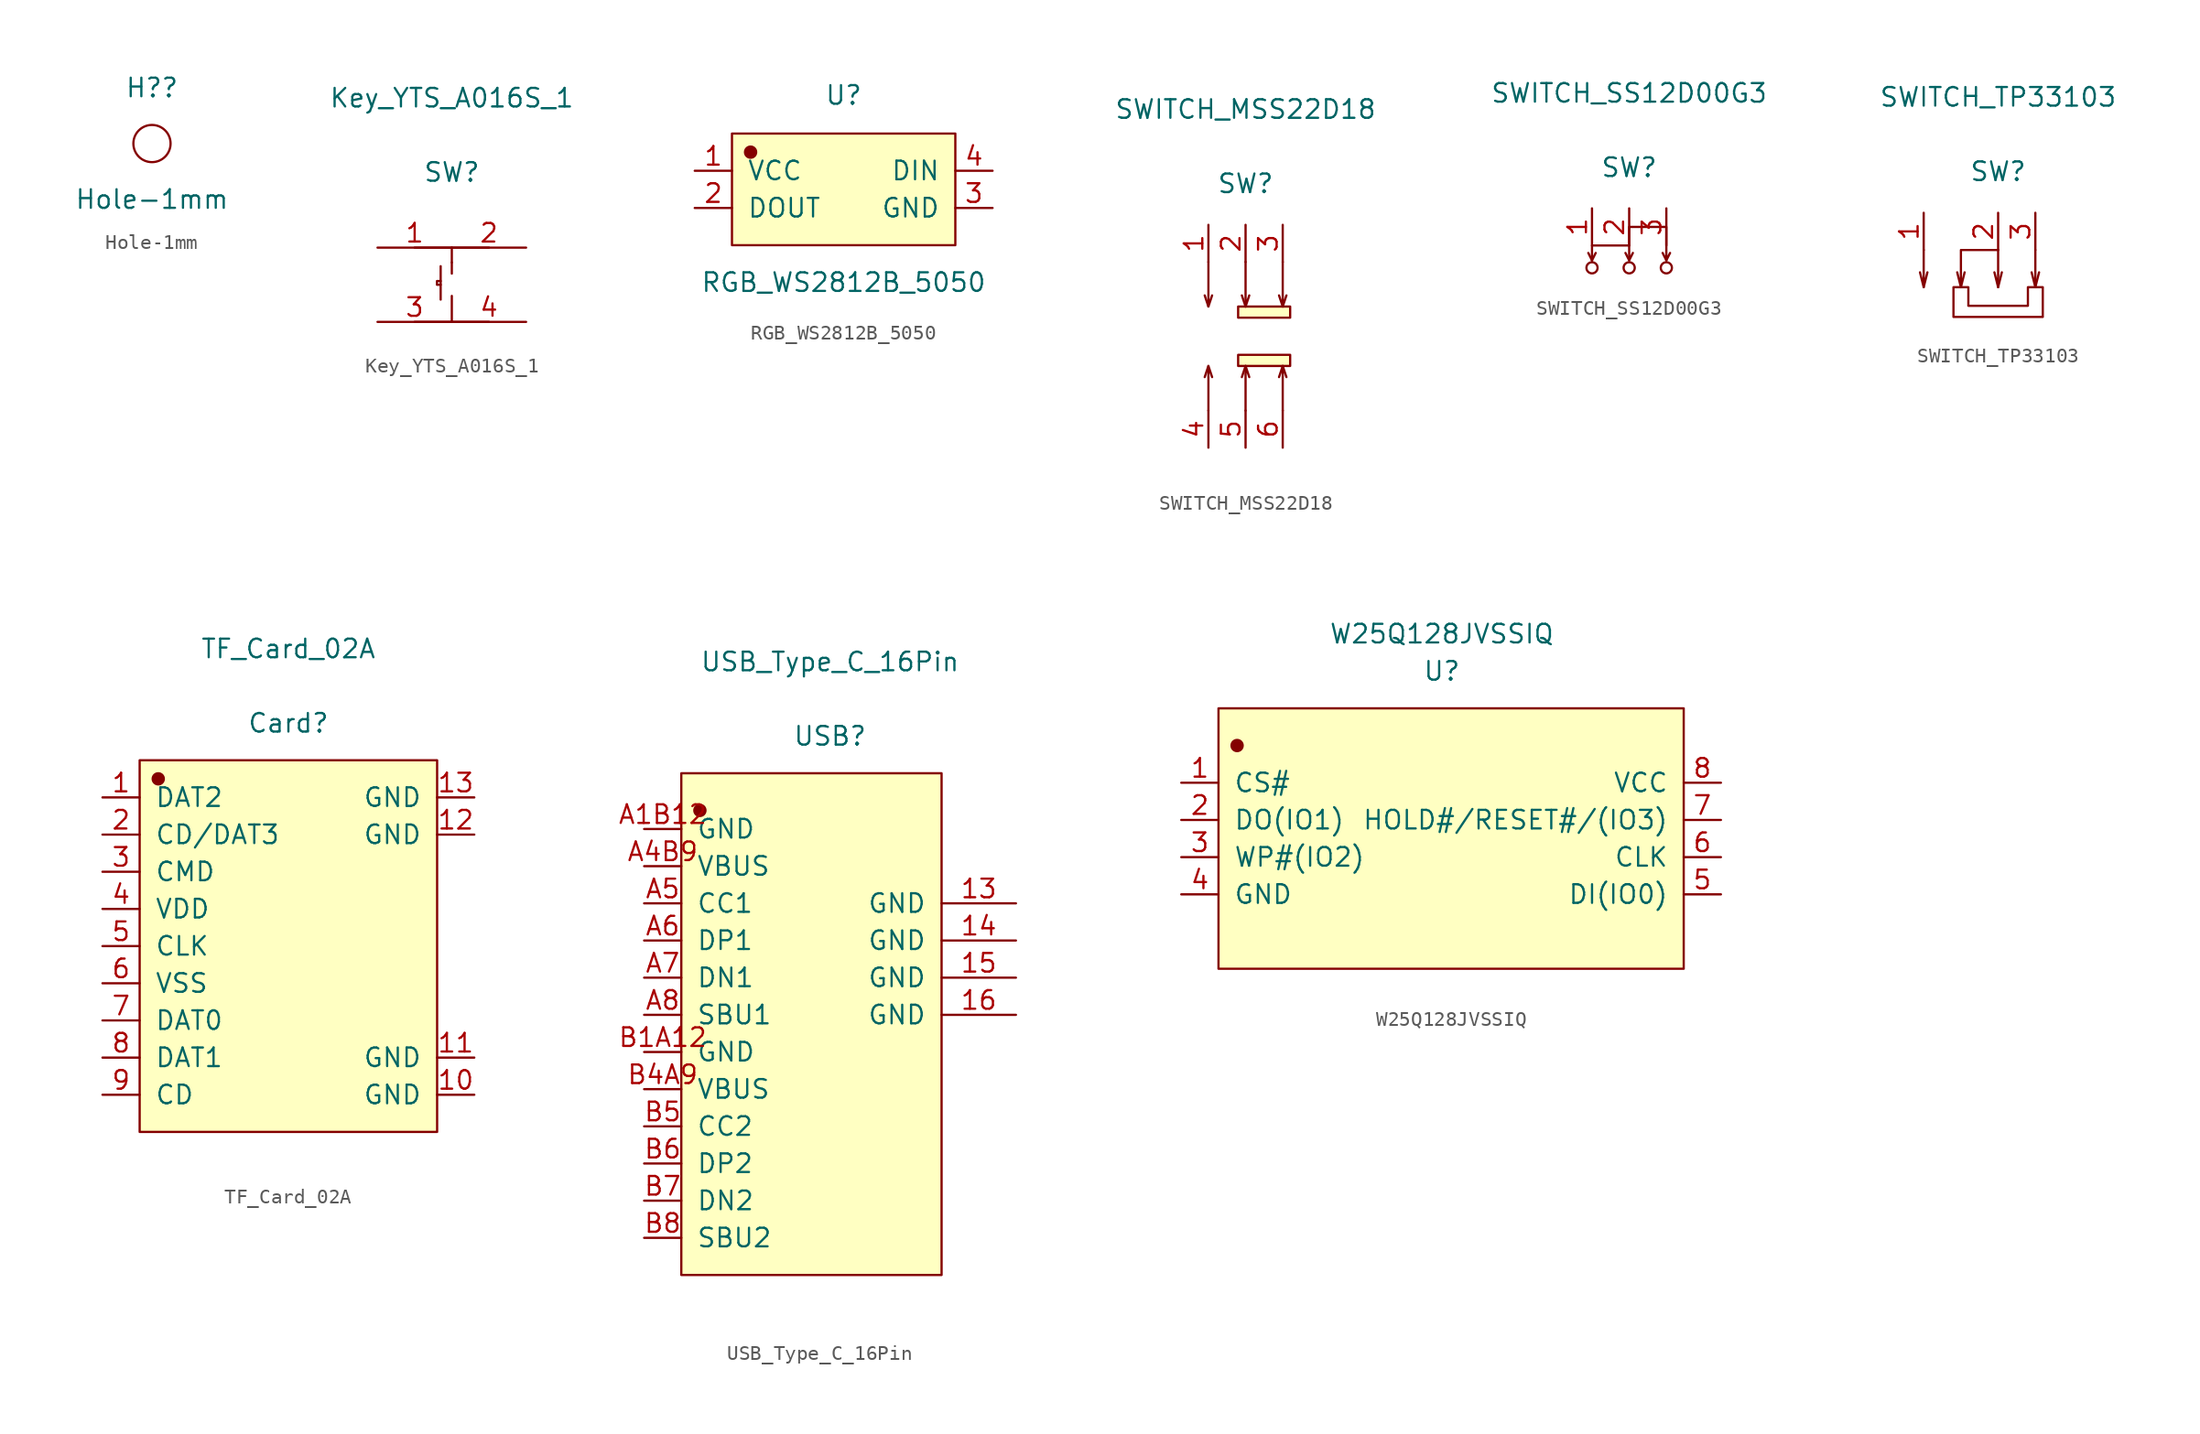
<source format=kicad_sym>
(kicad_symbol_lib
  (version 20231120)
  (generator "kicad_symbol_editor")
  (generator_version "8.0")
  (symbol "Hole-1mm"
    (property "Reference" "H?"
      (at 0 6.35 0)
      (effects (font (size 1.27 1.27))))
    (property "Value" "Hole-1mm"
      (at 0 -1.27 0)
      (effects (font (size 1.27 1.27))))
    (symbol "Hole-1mm_0_1"
      (circle (center 0 2.54) (radius 1.27) (stroke (width 0) (type default)) (fill (type none)))))
  (symbol "Key_YTS_A016S_1"
    (pin_names
      (offset 1.016) hide)
    (property "Reference" "SW"
      (at 0 7.696 0)
      (effects (font (size 1.27 1.27))))
    (property "Value" "Key_YTS_A016S_1"
      (at 0 12.776 0)
      (effects (font (size 1.27 1.27))))
    (symbol "Key_YTS_A016S_1_1_1"
      (polyline (pts (xy -2.54 -2.54) (xy 2.54 -2.54)) (stroke (width 0.152) (type default)) (fill (type none)))
      (polyline (pts (xy -2.54 2.54) (xy 2.54 2.54)) (stroke (width 0.152) (type default)) (fill (type none)))
      (polyline (pts (xy -0.762 1.27) (xy -0.762 -1.016)) (stroke (width 0.152) (type default)) (fill (type none)))
      (polyline (pts (xy 0 -2.54) (xy 0 -0.762)) (stroke (width 0.152) (type default)) (fill (type none)))
      (polyline (pts (xy 0 1.524) (xy 0 0.762)) (stroke (width 0.152) (type default)) (fill (type none)))
      (polyline (pts (xy 0 2.54) (xy 0 1.524)) (stroke (width 0.152) (type default)) (fill (type none)))
      (polyline (pts (xy -0.762 0.254) (xy -1.016 0.254) (xy -1.016 0) (xy -0.762 0)) (stroke (width 0.152) (type default)) (fill (type none)))
      (pin input line (at -5.08 2.54 0) (length 5.08) (name "1" (effects (font (size 1.27 1.27)))) (number "1" (effects (font (size 1.27 1.27)))))
      (pin input line (at 5.08 2.54 180) (length 5.08) (name "2" (effects (font (size 1.27 1.27)))) (number "2" (effects (font (size 1.27 1.27)))))
      (pin input line (at -5.08 -2.54 0) (length 5.08) (name "3" (effects (font (size 1.27 1.27)))) (number "3" (effects (font (size 1.27 1.27)))))
      (pin input line (at 5.08 -2.54 180) (length 5.08) (name "4" (effects (font (size 1.27 1.27)))) (number "4" (effects (font (size 1.27 1.27)))))))
  (symbol "RGB_WS2812B_5050"
    (pin_names
      (offset 1.016))
    (property "Reference" "U"
      (at 0 6.426 0)
      (effects (font (size 1.27 1.27))))
    (property "Value" "RGB_WS2812B_5050"
      (at 0 -6.35 0)
      (effects (font (size 1.27 1.27))))
    (symbol "RGB_WS2812B_5050_1_1"
      (rectangle (start -7.62 3.81) (end 7.62 -3.81) (stroke (width 0.152) (type default)) (fill (type background)))
      (circle (center -6.35 2.54) (radius 0.381) (stroke (width 0.152) (type default)) (fill (type outline)))
      (pin input line (at -10.16 1.27 0) (length 2.54) (name "VCC" (effects (font (size 1.27 1.27)))) (number "1" (effects (font (size 1.27 1.27)))))
      (pin input line (at -10.16 -1.27 0) (length 2.54) (name "DOUT" (effects (font (size 1.27 1.27)))) (number "2" (effects (font (size 1.27 1.27)))))
      (pin input line (at 10.16 -1.27 180) (length 2.54) (name "GND" (effects (font (size 1.27 1.27)))) (number "3" (effects (font (size 1.27 1.27)))))
      (pin input line (at 10.16 1.27 180) (length 2.54) (name "DIN" (effects (font (size 1.27 1.27)))) (number "4" (effects (font (size 1.27 1.27)))))))
  (symbol "SWITCH_MSS22D18"
    (pin_names
      (offset 1.016) hide)
    (property "Reference" "SW"
      (at 0 10.439 0)
      (effects (font (size 1.27 1.27))))
    (property "Value" "SWITCH_MSS22D18"
      (at 0 15.519 0)
      (effects (font (size 1.27 1.27))))
    (symbol "SWITCH_MSS22D18_1_1"
      (rectangle (start -0.508 -1.27) (end 3.048 -2.032) (stroke (width 0.152) (type default)) (fill (type background)))
      (rectangle (start -0.508 2.032) (end 3.048 1.27) (stroke (width 0.152) (type default)) (fill (type background)))
      (polyline (pts (xy -2.54 -2.032) (xy -2.794 -2.794)) (stroke (width 0.152) (type default)) (fill (type none)))
      (polyline (pts (xy -2.54 2.032) (xy -2.794 2.794)) (stroke (width 0.152) (type default)) (fill (type none)))
      (polyline (pts (xy 0 -2.032) (xy -0.254 -2.794)) (stroke (width 0.152) (type default)) (fill (type none)))
      (polyline (pts (xy 0 2.032) (xy -0.254 2.794)) (stroke (width 0.152) (type default)) (fill (type none)))
      (polyline (pts (xy 2.54 -2.032) (xy 2.286 -2.794)) (stroke (width 0.152) (type default)) (fill (type none)))
      (polyline (pts (xy 2.54 2.032) (xy 2.286 2.794)) (stroke (width 0.152) (type default)) (fill (type none)))
      (polyline (pts (xy -2.54 -5.08) (xy -2.54 -2.032) (xy -2.286 -2.794)) (stroke (width 0.152) (type default)) (fill (type none)))
      (polyline (pts (xy -2.54 5.08) (xy -2.54 2.032) (xy -2.286 2.794)) (stroke (width 0.152) (type default)) (fill (type none)))
      (polyline (pts (xy 0 -5.08) (xy 0 -2.032) (xy 0.254 -2.794)) (stroke (width 0.152) (type default)) (fill (type none)))
      (polyline (pts (xy 0 5.08) (xy 0 2.032) (xy 0.254 2.794)) (stroke (width 0.152) (type default)) (fill (type none)))
      (polyline (pts (xy 2.54 -5.08) (xy 2.54 -2.032) (xy 2.794 -2.794)) (stroke (width 0.152) (type default)) (fill (type none)))
      (polyline (pts (xy 2.54 5.08) (xy 2.54 2.032) (xy 2.794 2.794)) (stroke (width 0.152) (type default)) (fill (type none)))
      (pin input line (at -2.54 7.62 270) (length 2.54) (name "1" (effects (font (size 1.27 1.27)))) (number "1" (effects (font (size 1.27 1.27)))))
      (pin input line (at 0 7.62 270) (length 2.54) (name "2" (effects (font (size 1.27 1.27)))) (number "2" (effects (font (size 1.27 1.27)))))
      (pin input line (at 2.54 7.62 270) (length 2.54) (name "3" (effects (font (size 1.27 1.27)))) (number "3" (effects (font (size 1.27 1.27)))))
      (pin input line (at -2.54 -7.62 90) (length 2.54) (name "4" (effects (font (size 1.27 1.27)))) (number "4" (effects (font (size 1.27 1.27)))))
      (pin input line (at 0 -7.62 90) (length 2.54) (name "5" (effects (font (size 1.27 1.27)))) (number "5" (effects (font (size 1.27 1.27)))))
      (pin input line (at 2.54 -7.62 90) (length 2.54) (name "6" (effects (font (size 1.27 1.27)))) (number "6" (effects (font (size 1.27 1.27)))))))
  (symbol "SWITCH_SS12D00G3"
    (pin_names
      (offset 1.016) hide)
    (property "Reference" "SW"
      (at 0 5.334 0)
      (effects (font (size 1.27 1.27))))
    (property "Value" "SWITCH_SS12D00G3"
      (at 0 10.414 0)
      (effects (font (size 1.27 1.27))))
    (symbol "SWITCH_SS12D00G3_1_1"
      (circle (center -2.54 -1.524) (radius 0.381) (stroke (width 0.152) (type default)) (fill (type none)))
      (circle (center 0 -1.524) (radius 0.381) (stroke (width 0.152) (type default)) (fill (type none)))
      (polyline (pts (xy -2.54 -1.016) (xy -2.794 -0.508)) (stroke (width 0.152) (type default)) (fill (type none)))
      (polyline (pts (xy -2.54 -1.016) (xy -2.286 -0.508)) (stroke (width 0.152) (type default)) (fill (type none)))
      (polyline (pts (xy 0 -1.016) (xy -0.254 -0.508)) (stroke (width 0.152) (type default)) (fill (type none)))
      (polyline (pts (xy 2.54 -1.016) (xy 2.286 -0.508)) (stroke (width 0.152) (type default)) (fill (type none)))
      (polyline (pts (xy -2.54 -1.016) (xy -2.54 0) (xy 0 0) (xy 0 -1.016) (xy 0.254 -0.508)) (stroke (width 0.152) (type default)) (fill (type none)))
      (polyline (pts (xy 0 0) (xy 0 1.27) (xy 2.54 1.27) (xy 2.54 -1.016) (xy 2.794 -0.508)) (stroke (width 0.152) (type default)) (fill (type none)))
      (circle (center 2.54 -1.524) (radius 0.381) (stroke (width 0.152) (type default)) (fill (type none)))
      (pin input line (at -2.54 2.54 270) (length 2.54) (name "1" (effects (font (size 1.27 1.27)))) (number "1" (effects (font (size 1.27 1.27)))))
      (pin input line (at 0 2.54 270) (length 2.54) (name "2" (effects (font (size 1.27 1.27)))) (number "2" (effects (font (size 1.27 1.27)))))
      (pin input line (at 2.54 2.54 270) (length 2.54) (name "3" (effects (font (size 1.27 1.27)))) (number "3" (effects (font (size 1.27 1.27)))))))
  (symbol "SWITCH_TP33103"
    (pin_names
      (offset 1.016) hide)
    (property "Reference" "SW"
      (at 0 5.359 0)
      (effects (font (size 1.27 1.27))))
    (property "Value" "SWITCH_TP33103"
      (at 0 10.439 0)
      (effects (font (size 1.27 1.27))))
    (symbol "SWITCH_TP33103_1_1"
      (polyline (pts (xy -5.08 -2.54) (xy -5.334 -1.524)) (stroke (width 0.152) (type default)) (fill (type none)))
      (polyline (pts (xy -2.54 -2.54) (xy -2.286 -1.524)) (stroke (width 0.152) (type default)) (fill (type none)))
      (polyline (pts (xy 0 -2.54) (xy 0.254 -1.524)) (stroke (width 0.152) (type default)) (fill (type none)))
      (polyline (pts (xy 2.54 -2.54) (xy 2.794 -1.524)) (stroke (width 0.152) (type default)) (fill (type none)))
      (polyline (pts (xy -5.08 0) (xy -5.08 -2.54) (xy -4.826 -1.524)) (stroke (width 0.152) (type default)) (fill (type none)))
      (polyline (pts (xy 0 0) (xy 0 -2.54) (xy -0.254 -1.524)) (stroke (width 0.152) (type default)) (fill (type none)))
      (polyline (pts (xy 2.54 0) (xy 2.54 -2.54) (xy 2.286 -1.524)) (stroke (width 0.152) (type default)) (fill (type none)))
      (polyline (pts (xy 0 0) (xy -2.54 0) (xy -2.54 -2.54) (xy -2.794 -1.524)) (stroke (width 0.152) (type default)) (fill (type none)))
      (polyline (pts (xy -3.048 -3.81) (xy -3.048 -2.54) (xy -2.032 -2.54) (xy -2.032 -3.81) (xy 2.032 -3.81) (xy 2.032 -3.302) (xy 2.032 -2.54) (xy 3.048 -2.54) (xy 3.048 -4.572) (xy -3.048 -4.572) (xy -3.048 -3.81)) (stroke (width 0.152) (type default)) (fill (type none)))
      (pin input line (at -5.08 2.54 270) (length 2.54) (name "1" (effects (font (size 1.27 1.27)))) (number "1" (effects (font (size 1.27 1.27)))))
      (pin input line (at 0 2.54 270) (length 2.54) (name "2" (effects (font (size 1.27 1.27)))) (number "2" (effects (font (size 1.27 1.27)))))
      (pin input line (at 2.54 2.54 270) (length 2.54) (name "3" (effects (font (size 1.27 1.27)))) (number "3" (effects (font (size 1.27 1.27)))))))
  (symbol "TF_Card_02A"
    (pin_names
      (offset 1.016))
    (property "Reference" "Card"
      (at 0 15.24 0)
      (effects (font (size 1.27 1.27))))
    (property "Value" "TF_Card_02A"
      (at 0 20.32 0)
      (effects (font (size 1.27 1.27))))
    (symbol "TF_Card_02A_1_1"
      (rectangle (start -10.16 12.7) (end 10.16 -12.7) (stroke (width 0.152) (type default)) (fill (type background)))
      (circle (center -8.89 11.43) (radius 0.381) (stroke (width 0.152) (type default)) (fill (type outline)))
      (pin input line (at -12.7 10.16 0) (length 2.54) (name "DAT2" (effects (font (size 1.27 1.27)))) (number "1" (effects (font (size 1.27 1.27)))))
      (pin input line (at 12.7 -10.16 180) (length 2.54) (name "GND" (effects (font (size 1.27 1.27)))) (number "10" (effects (font (size 1.27 1.27)))))
      (pin input line (at 12.7 -7.62 180) (length 2.54) (name "GND" (effects (font (size 1.27 1.27)))) (number "11" (effects (font (size 1.27 1.27)))))
      (pin input line (at 12.7 7.62 180) (length 2.54) (name "GND" (effects (font (size 1.27 1.27)))) (number "12" (effects (font (size 1.27 1.27)))))
      (pin input line (at 12.7 10.16 180) (length 2.54) (name "GND" (effects (font (size 1.27 1.27)))) (number "13" (effects (font (size 1.27 1.27)))))
      (pin input line (at -12.7 7.62 0) (length 2.54) (name "CD/DAT3" (effects (font (size 1.27 1.27)))) (number "2" (effects (font (size 1.27 1.27)))))
      (pin input line (at -12.7 5.08 0) (length 2.54) (name "CMD" (effects (font (size 1.27 1.27)))) (number "3" (effects (font (size 1.27 1.27)))))
      (pin input line (at -12.7 2.54 0) (length 2.54) (name "VDD" (effects (font (size 1.27 1.27)))) (number "4" (effects (font (size 1.27 1.27)))))
      (pin input line (at -12.7 0 0) (length 2.54) (name "CLK" (effects (font (size 1.27 1.27)))) (number "5" (effects (font (size 1.27 1.27)))))
      (pin input line (at -12.7 -2.54 0) (length 2.54) (name "VSS" (effects (font (size 1.27 1.27)))) (number "6" (effects (font (size 1.27 1.27)))))
      (pin input line (at -12.7 -5.08 0) (length 2.54) (name "DAT0" (effects (font (size 1.27 1.27)))) (number "7" (effects (font (size 1.27 1.27)))))
      (pin input line (at -12.7 -7.62 0) (length 2.54) (name "DAT1" (effects (font (size 1.27 1.27)))) (number "8" (effects (font (size 1.27 1.27)))))
      (pin input line (at -12.7 -10.16 0) (length 2.54) (name "CD" (effects (font (size 1.27 1.27)))) (number "9" (effects (font (size 1.27 1.27)))))))
  (symbol "USB_Type_C_16Pin"
    (pin_names
      (offset 1.016))
    (property "Reference" "USB"
      (at 0 19.05 0)
      (effects (font (size 1.27 1.27))))
    (property "Value" "USB_Type_C_16Pin"
      (at 0 24.13 0)
      (effects (font (size 1.27 1.27))))
    (symbol "USB_Type_C_16Pin_1_1"
      (rectangle (start -10.16 16.51) (end 7.62 -17.78) (stroke (width 0.152) (type default)) (fill (type background)))
      (circle (center -8.89 13.97) (radius 0.381) (stroke (width 0.152) (type default)) (fill (type outline)))
      (pin input line (at 12.7 7.62 180) (length 5.08) (name "GND" (effects (font (size 1.27 1.27)))) (number "13" (effects (font (size 1.27 1.27)))))
      (pin input line (at 12.7 5.08 180) (length 5.08) (name "GND" (effects (font (size 1.27 1.27)))) (number "14" (effects (font (size 1.27 1.27)))))
      (pin input line (at 12.7 2.54 180) (length 5.08) (name "GND" (effects (font (size 1.27 1.27)))) (number "15" (effects (font (size 1.27 1.27)))))
      (pin input line (at 12.7 0 180) (length 5.08) (name "GND" (effects (font (size 1.27 1.27)))) (number "16" (effects (font (size 1.27 1.27)))))
      (pin input line (at -12.7 12.7 0) (length 2.54) (name "GND" (effects (font (size 1.27 1.27)))) (number "A1B12" (effects (font (size 1.27 1.27)))))
      (pin input line (at -12.7 10.16 0) (length 2.54) (name "VBUS" (effects (font (size 1.27 1.27)))) (number "A4B9" (effects (font (size 1.27 1.27)))))
      (pin input line (at -12.7 7.62 0) (length 2.54) (name "CC1" (effects (font (size 1.27 1.27)))) (number "A5" (effects (font (size 1.27 1.27)))))
      (pin input line (at -12.7 5.08 0) (length 2.54) (name "DP1" (effects (font (size 1.27 1.27)))) (number "A6" (effects (font (size 1.27 1.27)))))
      (pin input line (at -12.7 2.54 0) (length 2.54) (name "DN1" (effects (font (size 1.27 1.27)))) (number "A7" (effects (font (size 1.27 1.27)))))
      (pin input line (at -12.7 0 0) (length 2.54) (name "SBU1" (effects (font (size 1.27 1.27)))) (number "A8" (effects (font (size 1.27 1.27)))))
      (pin input line (at -12.7 -2.54 0) (length 2.54) (name "GND" (effects (font (size 1.27 1.27)))) (number "B1A12" (effects (font (size 1.27 1.27)))))
      (pin input line (at -12.7 -5.08 0) (length 2.54) (name "VBUS" (effects (font (size 1.27 1.27)))) (number "B4A9" (effects (font (size 1.27 1.27)))))
      (pin input line (at -12.7 -7.62 0) (length 2.54) (name "CC2" (effects (font (size 1.27 1.27)))) (number "B5" (effects (font (size 1.27 1.27)))))
      (pin input line (at -12.7 -10.16 0) (length 2.54) (name "DP2" (effects (font (size 1.27 1.27)))) (number "B6" (effects (font (size 1.27 1.27)))))
      (pin input line (at -12.7 -12.7 0) (length 2.54) (name "DN2" (effects (font (size 1.27 1.27)))) (number "B7" (effects (font (size 1.27 1.27)))))
      (pin input line (at -12.7 -15.24 0) (length 2.54) (name "SBU2" (effects (font (size 1.27 1.27)))) (number "B8" (effects (font (size 1.27 1.27)))))))
  (symbol "W25Q128JVSSIQ"
    (pin_names
      (offset 1.016))
    (property "Reference" "U"
      (at 3.81 11.43 0)
      (effects (font (size 1.27 1.27))))
    (property "Value" "W25Q128JVSSIQ"
      (at 3.81 13.97 0)
      (effects (font (size 1.27 1.27))))
    (symbol "W25Q128JVSSIQ_1_1"
      (rectangle (start -11.43 8.89) (end 20.32 -8.89) (stroke (width 0.152) (type default)) (fill (type background)))
      (circle (center -10.16 6.35) (radius 0.381) (stroke (width 0.152) (type default)) (fill (type outline)))
      (pin input line (at -13.97 3.81 0) (length 2.54) (name "CS#" (effects (font (size 1.27 1.27)))) (number "1" (effects (font (size 1.27 1.27)))))
      (pin input line (at -13.97 1.27 0) (length 2.54) (name "DO(IO1)" (effects (font (size 1.27 1.27)))) (number "2" (effects (font (size 1.27 1.27)))))
      (pin input line (at -13.97 -1.27 0) (length 2.54) (name "WP#(IO2)" (effects (font (size 1.27 1.27)))) (number "3" (effects (font (size 1.27 1.27)))))
      (pin input line (at -13.97 -3.81 0) (length 2.54) (name "GND" (effects (font (size 1.27 1.27)))) (number "4" (effects (font (size 1.27 1.27)))))
      (pin input line (at 22.86 -3.81 180) (length 2.54) (name "DI(IO0)" (effects (font (size 1.27 1.27)))) (number "5" (effects (font (size 1.27 1.27)))))
      (pin input line (at 22.86 -1.27 180) (length 2.54) (name "CLK" (effects (font (size 1.27 1.27)))) (number "6" (effects (font (size 1.27 1.27)))))
      (pin input line (at 22.86 1.27 180) (length 2.54) (name "HOLD#/RESET#/(IO3)" (effects (font (size 1.27 1.27)))) (number "7" (effects (font (size 1.27 1.27)))))
      (pin input line (at 22.86 3.81 180) (length 2.54) (name "VCC" (effects (font (size 1.27 1.27)))) (number "8" (effects (font (size 1.27 1.27))))))))
</source>
